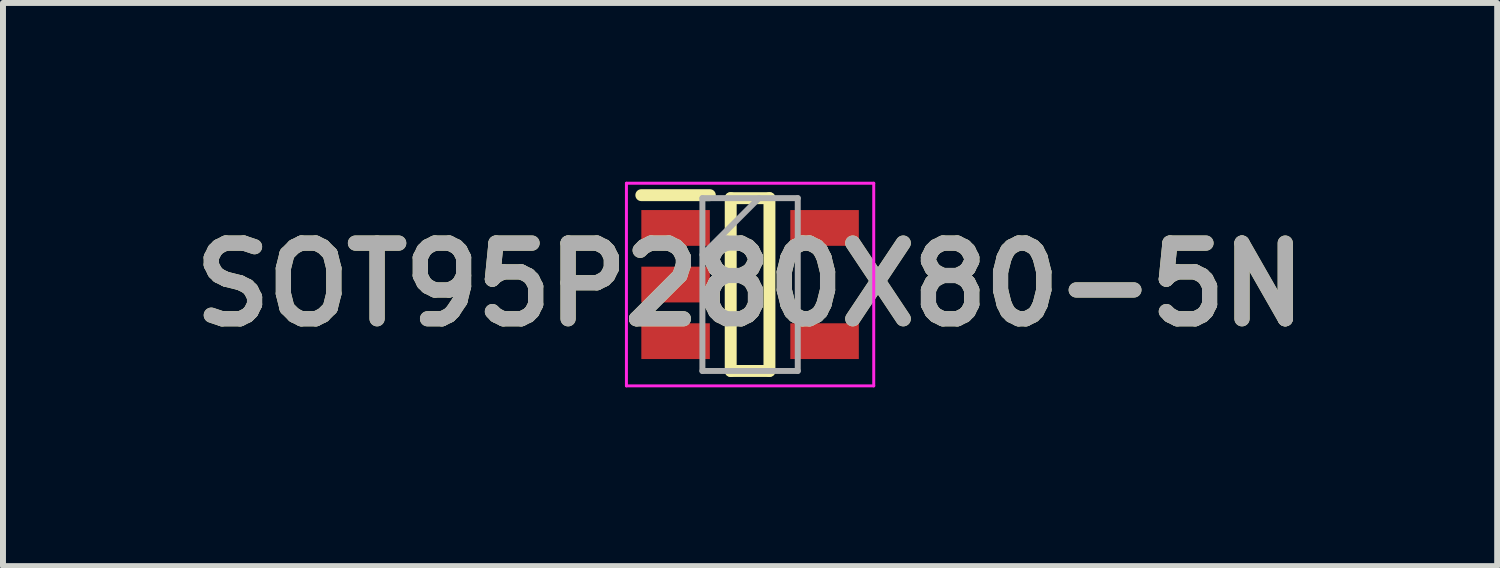
<source format=kicad_pcb>
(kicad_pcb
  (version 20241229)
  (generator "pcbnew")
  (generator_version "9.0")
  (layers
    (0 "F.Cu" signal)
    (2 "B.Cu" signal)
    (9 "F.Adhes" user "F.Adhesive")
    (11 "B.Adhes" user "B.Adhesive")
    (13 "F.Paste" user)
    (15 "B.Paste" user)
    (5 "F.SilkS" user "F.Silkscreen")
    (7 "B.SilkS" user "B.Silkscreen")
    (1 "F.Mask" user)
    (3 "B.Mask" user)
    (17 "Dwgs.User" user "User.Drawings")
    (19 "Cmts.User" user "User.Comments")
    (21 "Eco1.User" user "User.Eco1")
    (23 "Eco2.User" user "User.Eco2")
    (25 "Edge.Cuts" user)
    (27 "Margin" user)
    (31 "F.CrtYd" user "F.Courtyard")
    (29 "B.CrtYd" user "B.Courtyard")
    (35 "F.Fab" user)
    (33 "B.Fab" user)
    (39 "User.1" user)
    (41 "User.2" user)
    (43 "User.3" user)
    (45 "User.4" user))
  (footprint "SOT95P280X80-5N"
    (layer "F.Cu")
    (at 9.537 1.725)
    (property "Reference" "SOT95P280X80-5N" (at 0 0 0) (layer "F.SilkS") (effects (font (size 1.27 1.27) (thickness 0.254))))
    (attr smd)
    (fp_line (start -1.825 -1.5) (end -0.675 -1.5) (stroke (width 0.2) (type solid)) (layer "F.SilkS"))
    (fp_line (start -0.325 -1.45) (end 0.325 -1.45) (stroke (width 0.2) (type solid)) (layer "F.SilkS"))
    (fp_line (start -0.325 1.45) (end -0.325 -1.45) (stroke (width 0.2) (type solid)) (layer "F.SilkS"))
    (fp_line (start 0.325 -1.45) (end 0.325 1.45) (stroke (width 0.2) (type solid)) (layer "F.SilkS"))
    (fp_line (start 0.325 1.45) (end -0.325 1.45) (stroke (width 0.2) (type solid)) (layer "F.SilkS"))
    (fp_line (start -2.075 -1.7) (end 2.075 -1.7) (stroke (width 0.05) (type solid)) (layer "F.CrtYd"))
    (fp_line (start -2.075 1.7) (end -2.075 -1.7) (stroke (width 0.05) (type solid)) (layer "F.CrtYd"))
    (fp_line (start 2.075 -1.7) (end 2.075 1.7) (stroke (width 0.05) (type solid)) (layer "F.CrtYd"))
    (fp_line (start 2.075 1.7) (end -2.075 1.7) (stroke (width 0.05) (type solid)) (layer "F.CrtYd"))
    (fp_line (start -0.8 -1.45) (end 0.8 -1.45) (stroke (width 0.1) (type solid)) (layer "F.Fab"))
    (fp_line (start -0.8 -0.5) (end 0.15 -1.45) (stroke (width 0.1) (type solid)) (layer "F.Fab"))
    (fp_line (start -0.8 1.45) (end -0.8 -1.45) (stroke (width 0.1) (type solid)) (layer "F.Fab"))
    (fp_line (start 0.8 -1.45) (end 0.8 1.45) (stroke (width 0.1) (type solid)) (layer "F.Fab"))
    (fp_line (start 0.8 1.45) (end -0.8 1.45) (stroke (width 0.1) (type solid)) (layer "F.Fab"))
    (fp_text user "${REFERENCE}" (at 0 0 0) (layer "F.Fab") (effects (font (size 1.27 1.27) (thickness 0.254))))
    (pad "1" smd rect (at -1.25 -0.95 90) (size 0.6 1.15) (layers "F.Cu" "F.Mask" "F.Paste"))
    (pad "2" smd rect (at -1.25 0 90) (size 0.6 1.15) (layers "F.Cu" "F.Mask" "F.Paste"))
    (pad "3" smd rect (at -1.25 0.95 90) (size 0.6 1.15) (layers "F.Cu" "F.Mask" "F.Paste"))
    (pad "4" smd rect (at 1.25 0.95 90) (size 0.6 1.15) (layers "F.Cu" "F.Mask" "F.Paste"))
    (pad "5" smd rect (at 1.25 -0.95 90) (size 0.6 1.15) (layers "F.Cu" "F.Mask" "F.Paste")))
  (gr_rect
    (start -3 -3)
    (end 22.074 6.45)
    (stroke (width 0.1) (type default))
    (fill no)
    (layer "Edge.Cuts")))
</source>
